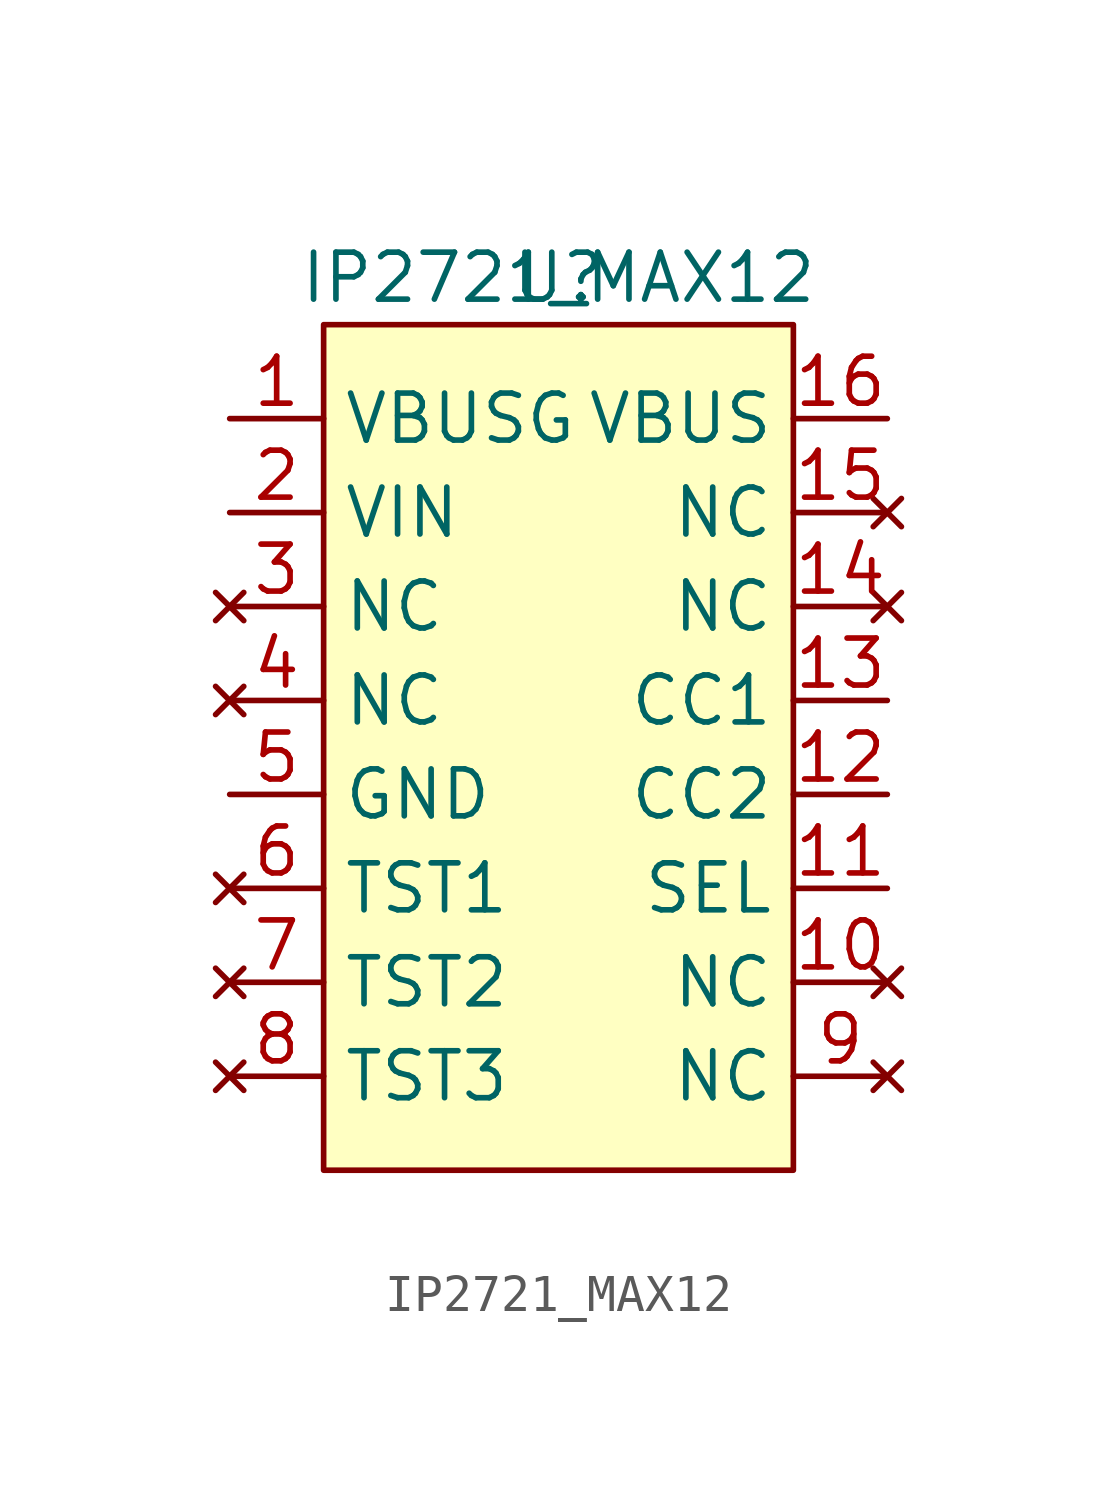
<source format=kicad_sym>
(kicad_symbol_lib
  (version 20211014)
  (generator kicad_symbol_editor)
  (symbol "IP2721_MAX12"
    (property "Reference" "U"
      (at 0 0 0)
      (effects (font (size 1.27 1.27))))
    (property "Value" "IP2721_MAX12"
      (at 0 0 0)
      (effects (font (size 1.27 1.27))))
    (symbol "IP2721_MAX12_0_1"
      (rectangle (start -6.35 -1.27) (end 6.35 -24.13) (stroke (width 0) (type default) (color 0 0 0 0)) (fill (type background))))
    (symbol "IP2721_MAX12_1_1"
      (pin input line (at -8.89 -3.81 0) (length 2.54) (name "VBUSG" (effects (font (size 1.27 1.27)))) (number "1" (effects (font (size 1.27 1.27)))))
      (pin no_connect line (at 8.89 -19.05 180) (length 2.54) (name "NC" (effects (font (size 1.27 1.27)))) (number "10" (effects (font (size 1.27 1.27)))))
      (pin input line (at 8.89 -16.51 180) (length 2.54) (name "SEL" (effects (font (size 1.27 1.27)))) (number "11" (effects (font (size 1.27 1.27)))))
      (pin input line (at 8.89 -13.97 180) (length 2.54) (name "CC2" (effects (font (size 1.27 1.27)))) (number "12" (effects (font (size 1.27 1.27)))))
      (pin input line (at 8.89 -11.43 180) (length 2.54) (name "CC1" (effects (font (size 1.27 1.27)))) (number "13" (effects (font (size 1.27 1.27)))))
      (pin no_connect line (at 8.89 -8.89 180) (length 2.54) (name "NC" (effects (font (size 1.27 1.27)))) (number "14" (effects (font (size 1.27 1.27)))))
      (pin no_connect line (at 8.89 -6.35 180) (length 2.54) (name "NC" (effects (font (size 1.27 1.27)))) (number "15" (effects (font (size 1.27 1.27)))))
      (pin input line (at 8.89 -3.81 180) (length 2.54) (name "VBUS" (effects (font (size 1.27 1.27)))) (number "16" (effects (font (size 1.27 1.27)))))
      (pin power_in line (at -8.89 -6.35 0) (length 2.54) (name "VIN" (effects (font (size 1.27 1.27)))) (number "2" (effects (font (size 1.27 1.27)))))
      (pin no_connect line (at -8.89 -8.89 0) (length 2.54) (name "NC" (effects (font (size 1.27 1.27)))) (number "3" (effects (font (size 1.27 1.27)))))
      (pin no_connect line (at -8.89 -11.43 0) (length 2.54) (name "NC" (effects (font (size 1.27 1.27)))) (number "4" (effects (font (size 1.27 1.27)))))
      (pin power_in line (at -8.89 -13.97 0) (length 2.54) (name "GND" (effects (font (size 1.27 1.27)))) (number "5" (effects (font (size 1.27 1.27)))))
      (pin no_connect line (at -8.89 -16.51 0) (length 2.54) (name "TST1" (effects (font (size 1.27 1.27)))) (number "6" (effects (font (size 1.27 1.27)))))
      (pin no_connect line (at -8.89 -19.05 0) (length 2.54) (name "TST2" (effects (font (size 1.27 1.27)))) (number "7" (effects (font (size 1.27 1.27)))))
      (pin no_connect line (at -8.89 -21.59 0) (length 2.54) (name "TST3" (effects (font (size 1.27 1.27)))) (number "8" (effects (font (size 1.27 1.27)))))
      (pin no_connect line (at 8.89 -21.59 180) (length 2.54) (name "NC" (effects (font (size 1.27 1.27)))) (number "9" (effects (font (size 1.27 1.27))))))))
</source>
